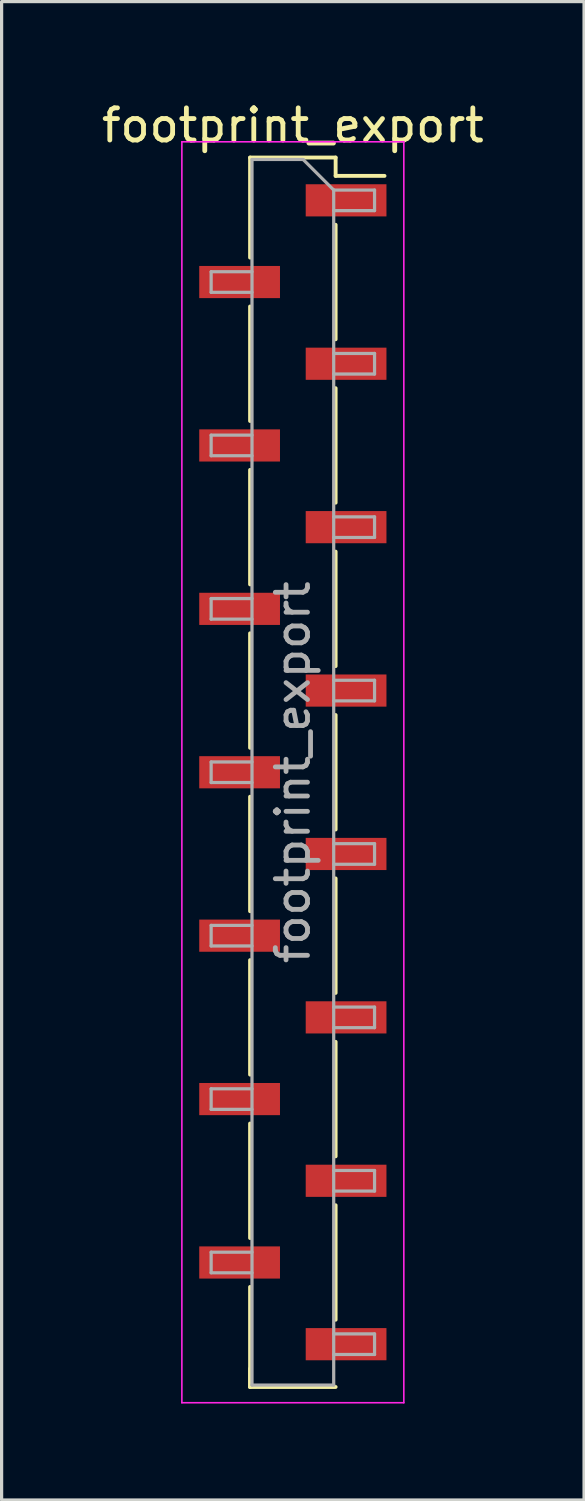
<source format=kicad_pcb>
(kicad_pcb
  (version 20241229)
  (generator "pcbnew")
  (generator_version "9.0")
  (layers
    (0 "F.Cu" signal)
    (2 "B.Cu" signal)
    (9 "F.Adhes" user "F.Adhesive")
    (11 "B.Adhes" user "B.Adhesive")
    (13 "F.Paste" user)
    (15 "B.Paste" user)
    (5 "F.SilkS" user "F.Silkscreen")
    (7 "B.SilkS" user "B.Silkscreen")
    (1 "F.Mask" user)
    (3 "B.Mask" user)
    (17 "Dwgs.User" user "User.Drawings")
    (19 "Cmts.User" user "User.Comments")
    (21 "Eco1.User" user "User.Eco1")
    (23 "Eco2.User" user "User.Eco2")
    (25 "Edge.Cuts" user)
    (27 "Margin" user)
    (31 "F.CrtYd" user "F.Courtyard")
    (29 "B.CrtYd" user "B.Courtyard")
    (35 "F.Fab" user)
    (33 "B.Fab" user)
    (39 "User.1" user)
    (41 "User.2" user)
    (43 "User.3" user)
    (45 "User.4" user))
  (footprint "footprint_export"
    (layer "F.Cu")
    (at 6.054 20.958)
    (property "Reference" "footprint_export" (at 0 -20.11 0) (layer "F.SilkS") (effects (font (size 1 1) (thickness 0.15))))
    (attr smd)
    (fp_line (start -1.33 -19.11) (end -1.33 -16) (stroke (width 0.12) (type solid)) (layer "F.SilkS"))
    (fp_line (start -1.33 -19.11) (end 1.33 -19.11) (stroke (width 0.12) (type solid)) (layer "F.SilkS"))
    (fp_line (start -1.33 -14.48) (end -1.33 -10.92) (stroke (width 0.12) (type solid)) (layer "F.SilkS"))
    (fp_line (start -1.33 -9.4) (end -1.33 -5.84) (stroke (width 0.12) (type solid)) (layer "F.SilkS"))
    (fp_line (start -1.33 -4.32) (end -1.33 -0.76) (stroke (width 0.12) (type solid)) (layer "F.SilkS"))
    (fp_line (start -1.33 0.76) (end -1.33 4.32) (stroke (width 0.12) (type solid)) (layer "F.SilkS"))
    (fp_line (start -1.33 5.84) (end -1.33 9.4) (stroke (width 0.12) (type solid)) (layer "F.SilkS"))
    (fp_line (start -1.33 10.92) (end -1.33 14.48) (stroke (width 0.12) (type solid)) (layer "F.SilkS"))
    (fp_line (start -1.33 16) (end -1.33 19.11) (stroke (width 0.12) (type solid)) (layer "F.SilkS"))
    (fp_line (start -1.33 18.54) (end -1.33 19.11) (stroke (width 0.12) (type solid)) (layer "F.SilkS"))
    (fp_line (start -1.33 19.11) (end 1.33 19.11) (stroke (width 0.12) (type solid)) (layer "F.SilkS"))
    (fp_line (start 1.33 -19.11) (end 1.33 -18.54) (stroke (width 0.12) (type solid)) (layer "F.SilkS"))
    (fp_line (start 1.33 -18.54) (end 2.85 -18.54) (stroke (width 0.12) (type solid)) (layer "F.SilkS"))
    (fp_line (start 1.33 -17.02) (end 1.33 -13.46) (stroke (width 0.12) (type solid)) (layer "F.SilkS"))
    (fp_line (start 1.33 -11.94) (end 1.33 -8.38) (stroke (width 0.12) (type solid)) (layer "F.SilkS"))
    (fp_line (start 1.33 -6.86) (end 1.33 -3.3) (stroke (width 0.12) (type solid)) (layer "F.SilkS"))
    (fp_line (start 1.33 -1.78) (end 1.33 1.78) (stroke (width 0.12) (type solid)) (layer "F.SilkS"))
    (fp_line (start 1.33 3.3) (end 1.33 6.86) (stroke (width 0.12) (type solid)) (layer "F.SilkS"))
    (fp_line (start 1.33 8.38) (end 1.33 11.94) (stroke (width 0.12) (type solid)) (layer "F.SilkS"))
    (fp_line (start 1.33 13.46) (end 1.33 17.02) (stroke (width 0.12) (type solid)) (layer "F.SilkS"))
    (fp_line (start -3.45 -19.6) (end -3.45 19.6) (stroke (width 0.05) (type solid)) (layer "F.CrtYd"))
    (fp_line (start -3.45 19.6) (end 3.45 19.6) (stroke (width 0.05) (type solid)) (layer "F.CrtYd"))
    (fp_line (start 3.45 -19.6) (end -3.45 -19.6) (stroke (width 0.05) (type solid)) (layer "F.CrtYd"))
    (fp_line (start 3.45 19.6) (end 3.45 -19.6) (stroke (width 0.05) (type solid)) (layer "F.CrtYd"))
    (fp_line (start -2.54 -15.56) (end -2.54 -14.92) (stroke (width 0.1) (type solid)) (layer "F.Fab"))
    (fp_line (start -2.54 -14.92) (end -1.27 -14.92) (stroke (width 0.1) (type solid)) (layer "F.Fab"))
    (fp_line (start -2.54 -10.48) (end -2.54 -9.84) (stroke (width 0.1) (type solid)) (layer "F.Fab"))
    (fp_line (start -2.54 -9.84) (end -1.27 -9.84) (stroke (width 0.1) (type solid)) (layer "F.Fab"))
    (fp_line (start -2.54 -5.4) (end -2.54 -4.76) (stroke (width 0.1) (type solid)) (layer "F.Fab"))
    (fp_line (start -2.54 -4.76) (end -1.27 -4.76) (stroke (width 0.1) (type solid)) (layer "F.Fab"))
    (fp_line (start -2.54 -0.32) (end -2.54 0.32) (stroke (width 0.1) (type solid)) (layer "F.Fab"))
    (fp_line (start -2.54 0.32) (end -1.27 0.32) (stroke (width 0.1) (type solid)) (layer "F.Fab"))
    (fp_line (start -2.54 4.76) (end -2.54 5.4) (stroke (width 0.1) (type solid)) (layer "F.Fab"))
    (fp_line (start -2.54 5.4) (end -1.27 5.4) (stroke (width 0.1) (type solid)) (layer "F.Fab"))
    (fp_line (start -2.54 9.84) (end -2.54 10.48) (stroke (width 0.1) (type solid)) (layer "F.Fab"))
    (fp_line (start -2.54 10.48) (end -1.27 10.48) (stroke (width 0.1) (type solid)) (layer "F.Fab"))
    (fp_line (start -2.54 14.92) (end -2.54 15.56) (stroke (width 0.1) (type solid)) (layer "F.Fab"))
    (fp_line (start -2.54 15.56) (end -1.27 15.56) (stroke (width 0.1) (type solid)) (layer "F.Fab"))
    (fp_line (start -1.27 -19.05) (end -1.27 19.05) (stroke (width 0.1) (type solid)) (layer "F.Fab"))
    (fp_line (start -1.27 -19.05) (end 0.32 -19.05) (stroke (width 0.1) (type solid)) (layer "F.Fab"))
    (fp_line (start -1.27 -15.56) (end -2.54 -15.56) (stroke (width 0.1) (type solid)) (layer "F.Fab"))
    (fp_line (start -1.27 -10.48) (end -2.54 -10.48) (stroke (width 0.1) (type solid)) (layer "F.Fab"))
    (fp_line (start -1.27 -5.4) (end -2.54 -5.4) (stroke (width 0.1) (type solid)) (layer "F.Fab"))
    (fp_line (start -1.27 -0.32) (end -2.54 -0.32) (stroke (width 0.1) (type solid)) (layer "F.Fab"))
    (fp_line (start -1.27 4.76) (end -2.54 4.76) (stroke (width 0.1) (type solid)) (layer "F.Fab"))
    (fp_line (start -1.27 9.84) (end -2.54 9.84) (stroke (width 0.1) (type solid)) (layer "F.Fab"))
    (fp_line (start -1.27 14.92) (end -2.54 14.92) (stroke (width 0.1) (type solid)) (layer "F.Fab"))
    (fp_line (start 1.27 -18.1) (end 0.32 -19.05) (stroke (width 0.1) (type solid)) (layer "F.Fab"))
    (fp_line (start 1.27 -18.1) (end 2.54 -18.1) (stroke (width 0.1) (type solid)) (layer "F.Fab"))
    (fp_line (start 1.27 -13.02) (end 2.54 -13.02) (stroke (width 0.1) (type solid)) (layer "F.Fab"))
    (fp_line (start 1.27 -7.94) (end 2.54 -7.94) (stroke (width 0.1) (type solid)) (layer "F.Fab"))
    (fp_line (start 1.27 -2.86) (end 2.54 -2.86) (stroke (width 0.1) (type solid)) (layer "F.Fab"))
    (fp_line (start 1.27 2.22) (end 2.54 2.22) (stroke (width 0.1) (type solid)) (layer "F.Fab"))
    (fp_line (start 1.27 7.3) (end 2.54 7.3) (stroke (width 0.1) (type solid)) (layer "F.Fab"))
    (fp_line (start 1.27 12.38) (end 2.54 12.38) (stroke (width 0.1) (type solid)) (layer "F.Fab"))
    (fp_line (start 1.27 17.46) (end 2.54 17.46) (stroke (width 0.1) (type solid)) (layer "F.Fab"))
    (fp_line (start 1.27 19.05) (end -1.27 19.05) (stroke (width 0.1) (type solid)) (layer "F.Fab"))
    (fp_line (start 1.27 19.05) (end 1.27 -18.1) (stroke (width 0.1) (type solid)) (layer "F.Fab"))
    (fp_line (start 2.54 -18.1) (end 2.54 -17.46) (stroke (width 0.1) (type solid)) (layer "F.Fab"))
    (fp_line (start 2.54 -17.46) (end 1.27 -17.46) (stroke (width 0.1) (type solid)) (layer "F.Fab"))
    (fp_line (start 2.54 -13.02) (end 2.54 -12.38) (stroke (width 0.1) (type solid)) (layer "F.Fab"))
    (fp_line (start 2.54 -12.38) (end 1.27 -12.38) (stroke (width 0.1) (type solid)) (layer "F.Fab"))
    (fp_line (start 2.54 -7.94) (end 2.54 -7.3) (stroke (width 0.1) (type solid)) (layer "F.Fab"))
    (fp_line (start 2.54 -7.3) (end 1.27 -7.3) (stroke (width 0.1) (type solid)) (layer "F.Fab"))
    (fp_line (start 2.54 -2.86) (end 2.54 -2.22) (stroke (width 0.1) (type solid)) (layer "F.Fab"))
    (fp_line (start 2.54 -2.22) (end 1.27 -2.22) (stroke (width 0.1) (type solid)) (layer "F.Fab"))
    (fp_line (start 2.54 2.22) (end 2.54 2.86) (stroke (width 0.1) (type solid)) (layer "F.Fab"))
    (fp_line (start 2.54 2.86) (end 1.27 2.86) (stroke (width 0.1) (type solid)) (layer "F.Fab"))
    (fp_line (start 2.54 7.3) (end 2.54 7.94) (stroke (width 0.1) (type solid)) (layer "F.Fab"))
    (fp_line (start 2.54 7.94) (end 1.27 7.94) (stroke (width 0.1) (type solid)) (layer "F.Fab"))
    (fp_line (start 2.54 12.38) (end 2.54 13.02) (stroke (width 0.1) (type solid)) (layer "F.Fab"))
    (fp_line (start 2.54 13.02) (end 1.27 13.02) (stroke (width 0.1) (type solid)) (layer "F.Fab"))
    (fp_line (start 2.54 17.46) (end 2.54 18.1) (stroke (width 0.1) (type solid)) (layer "F.Fab"))
    (fp_line (start 2.54 18.1) (end 1.27 18.1) (stroke (width 0.1) (type solid)) (layer "F.Fab"))
    (fp_text user "${REFERENCE}" (at 0 0 90) (layer "F.Fab") (effects (font (size 1 1) (thickness 0.15))))
    (pad "1" smd rect (at 1.655 -17.78) (size 2.51 1) (layers "F.Cu" "F.Mask" "F.Paste"))
    (pad "2" smd rect (at -1.655 -15.24) (size 2.51 1) (layers "F.Cu" "F.Mask" "F.Paste"))
    (pad "3" smd rect (at 1.655 -12.7) (size 2.51 1) (layers "F.Cu" "F.Mask" "F.Paste"))
    (pad "4" smd rect (at -1.655 -10.16) (size 2.51 1) (layers "F.Cu" "F.Mask" "F.Paste"))
    (pad "5" smd rect (at 1.655 -7.62) (size 2.51 1) (layers "F.Cu" "F.Mask" "F.Paste"))
    (pad "6" smd rect (at -1.655 -5.08) (size 2.51 1) (layers "F.Cu" "F.Mask" "F.Paste"))
    (pad "7" smd rect (at 1.655 -2.54) (size 2.51 1) (layers "F.Cu" "F.Mask" "F.Paste"))
    (pad "8" smd rect (at -1.655 0) (size 2.51 1) (layers "F.Cu" "F.Mask" "F.Paste"))
    (pad "9" smd rect (at 1.655 2.54) (size 2.51 1) (layers "F.Cu" "F.Mask" "F.Paste"))
    (pad "10" smd rect (at -1.655 5.08) (size 2.51 1) (layers "F.Cu" "F.Mask" "F.Paste"))
    (pad "11" smd rect (at 1.655 7.62) (size 2.51 1) (layers "F.Cu" "F.Mask" "F.Paste"))
    (pad "12" smd rect (at -1.655 10.16) (size 2.51 1) (layers "F.Cu" "F.Mask" "F.Paste"))
    (pad "13" smd rect (at 1.655 12.7) (size 2.51 1) (layers "F.Cu" "F.Mask" "F.Paste"))
    (pad "14" smd rect (at -1.655 15.24) (size 2.51 1) (layers "F.Cu" "F.Mask" "F.Paste"))
    (pad "15" smd rect (at 1.655 17.78) (size 2.51 1) (layers "F.Cu" "F.Mask" "F.Paste")))
  (gr_rect
    (start -3 -3)
    (end 15.107 43.583)
    (stroke (width 0.1) (type default))
    (fill no)
    (layer "Edge.Cuts")))
</source>
